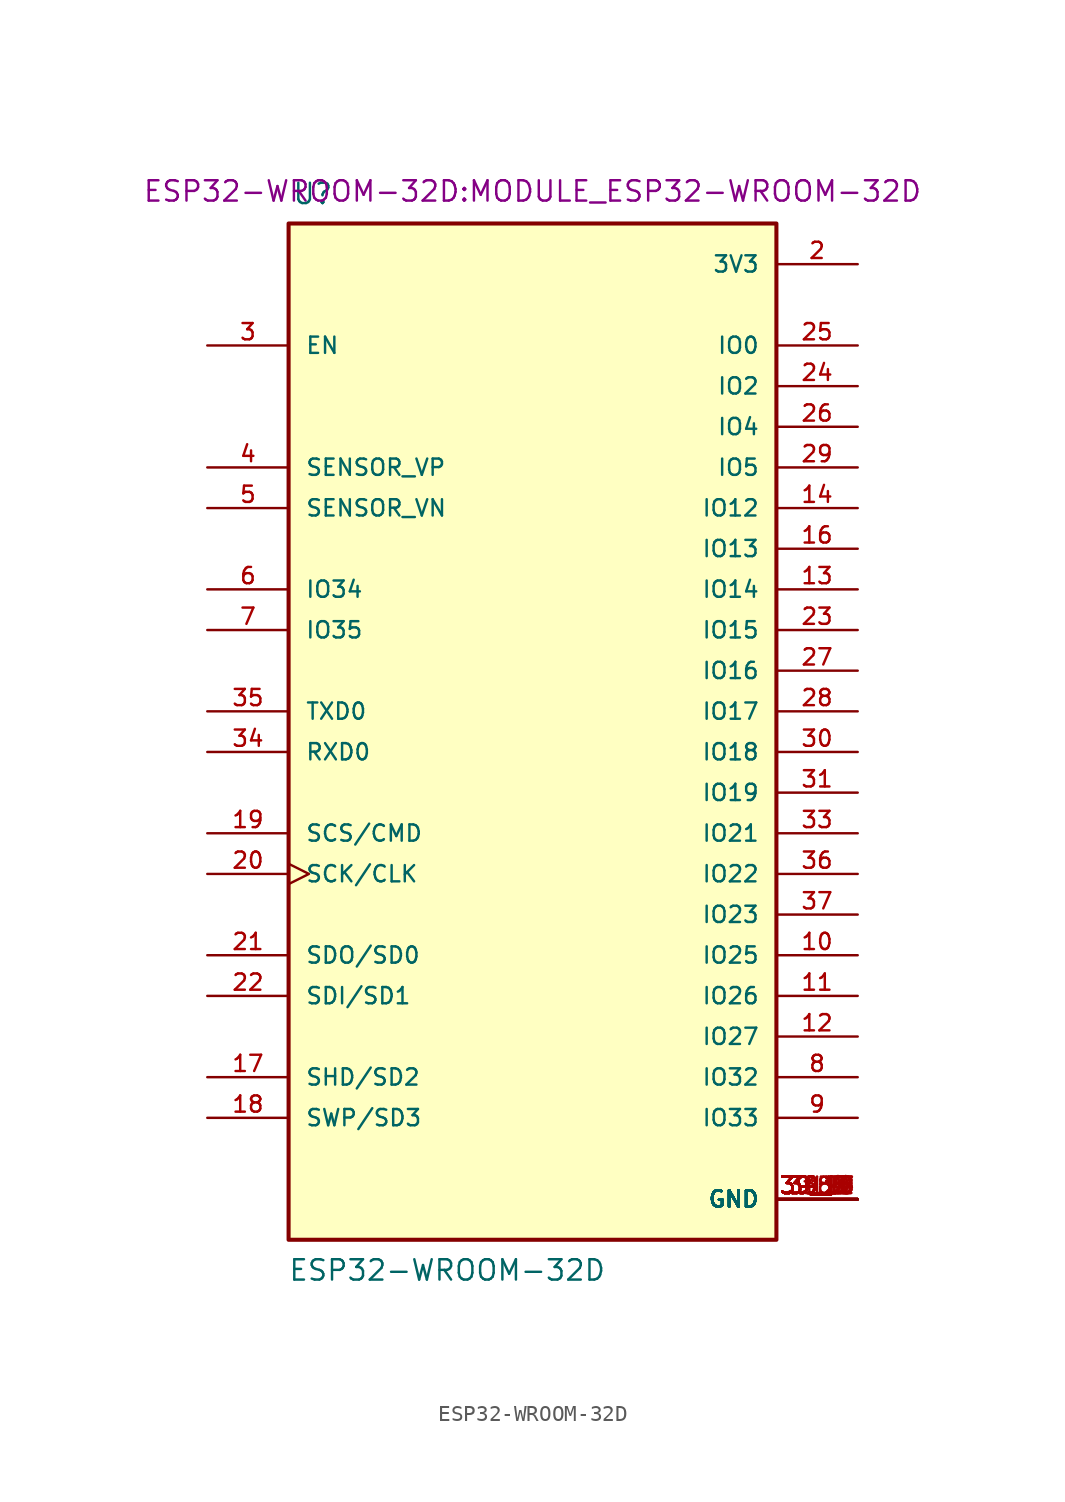
<source format=kicad_sym>
(kicad_symbol_lib
  (version 20211014)
  (generator kicad_symbol_editor)
  (symbol "ESP32-WROOM-32D"
    (pin_names
      (offset 1.016))
    (property "Reference" "U"
      (at -15.036 31.595 0)
      (effects (font (size 1.27 1.27)) (justify left bottom)))
    (property "Value" "ESP32-WROOM-32D"
      (at -15.287 -35.668 0)
      (effects (font (size 1.27 1.27)) (justify left bottom)))
    (property "Footprint" "ESP32-WROOM-32D:MODULE_ESP32-WROOM-32D"
      (at 0 31.75 0)
      (effects (font (size 1.27 1.27)) (justify bottom)))
    (symbol "ESP32-WROOM-32D_0_0"
      (rectangle (start -15.24 -33.02) (end 15.24 30.48) (stroke (width 0.254) (type default) (color 0 0 0 0)) (fill (type background)))
      (pin power_in line (at 20.32 -30.48 180) (length 5.08) (name "GND" (effects (font (size 1.016 1.016)))) (number "1" (effects (font (size 1.016 1.016)))))
      (pin bidirectional line (at 20.32 -15.24 180) (length 5.08) (name "IO25" (effects (font (size 1.016 1.016)))) (number "10" (effects (font (size 1.016 1.016)))))
      (pin bidirectional line (at 20.32 -17.78 180) (length 5.08) (name "IO26" (effects (font (size 1.016 1.016)))) (number "11" (effects (font (size 1.016 1.016)))))
      (pin bidirectional line (at 20.32 -20.32 180) (length 5.08) (name "IO27" (effects (font (size 1.016 1.016)))) (number "12" (effects (font (size 1.016 1.016)))))
      (pin bidirectional line (at 20.32 7.62 180) (length 5.08) (name "IO14" (effects (font (size 1.016 1.016)))) (number "13" (effects (font (size 1.016 1.016)))))
      (pin bidirectional line (at 20.32 12.7 180) (length 5.08) (name "IO12" (effects (font (size 1.016 1.016)))) (number "14" (effects (font (size 1.016 1.016)))))
      (pin power_in line (at 20.32 -30.48 180) (length 5.08) (name "GND" (effects (font (size 1.016 1.016)))) (number "15" (effects (font (size 1.016 1.016)))))
      (pin bidirectional line (at 20.32 10.16 180) (length 5.08) (name "IO13" (effects (font (size 1.016 1.016)))) (number "16" (effects (font (size 1.016 1.016)))))
      (pin bidirectional line (at -20.32 -22.86 0) (length 5.08) (name "SHD/SD2" (effects (font (size 1.016 1.016)))) (number "17" (effects (font (size 1.016 1.016)))))
      (pin bidirectional line (at -20.32 -25.4 0) (length 5.08) (name "SWP/SD3" (effects (font (size 1.016 1.016)))) (number "18" (effects (font (size 1.016 1.016)))))
      (pin bidirectional line (at -20.32 -7.62 0) (length 5.08) (name "SCS/CMD" (effects (font (size 1.016 1.016)))) (number "19" (effects (font (size 1.016 1.016)))))
      (pin power_in line (at 20.32 27.94 180) (length 5.08) (name "3V3" (effects (font (size 1.016 1.016)))) (number "2" (effects (font (size 1.016 1.016)))))
      (pin bidirectional clock (at -20.32 -10.16 0) (length 5.08) (name "SCK/CLK" (effects (font (size 1.016 1.016)))) (number "20" (effects (font (size 1.016 1.016)))))
      (pin bidirectional line (at -20.32 -15.24 0) (length 5.08) (name "SDO/SD0" (effects (font (size 1.016 1.016)))) (number "21" (effects (font (size 1.016 1.016)))))
      (pin bidirectional line (at -20.32 -17.78 0) (length 5.08) (name "SDI/SD1" (effects (font (size 1.016 1.016)))) (number "22" (effects (font (size 1.016 1.016)))))
      (pin bidirectional line (at 20.32 5.08 180) (length 5.08) (name "IO15" (effects (font (size 1.016 1.016)))) (number "23" (effects (font (size 1.016 1.016)))))
      (pin bidirectional line (at 20.32 20.32 180) (length 5.08) (name "IO2" (effects (font (size 1.016 1.016)))) (number "24" (effects (font (size 1.016 1.016)))))
      (pin bidirectional line (at 20.32 22.86 180) (length 5.08) (name "IO0" (effects (font (size 1.016 1.016)))) (number "25" (effects (font (size 1.016 1.016)))))
      (pin bidirectional line (at 20.32 17.78 180) (length 5.08) (name "IO4" (effects (font (size 1.016 1.016)))) (number "26" (effects (font (size 1.016 1.016)))))
      (pin bidirectional line (at 20.32 2.54 180) (length 5.08) (name "IO16" (effects (font (size 1.016 1.016)))) (number "27" (effects (font (size 1.016 1.016)))))
      (pin bidirectional line (at 20.32 0 180) (length 5.08) (name "IO17" (effects (font (size 1.016 1.016)))) (number "28" (effects (font (size 1.016 1.016)))))
      (pin bidirectional line (at 20.32 15.24 180) (length 5.08) (name "IO5" (effects (font (size 1.016 1.016)))) (number "29" (effects (font (size 1.016 1.016)))))
      (pin input line (at -20.32 22.86 0) (length 5.08) (name "EN" (effects (font (size 1.016 1.016)))) (number "3" (effects (font (size 1.016 1.016)))))
      (pin bidirectional line (at 20.32 -2.54 180) (length 5.08) (name "IO18" (effects (font (size 1.016 1.016)))) (number "30" (effects (font (size 1.016 1.016)))))
      (pin bidirectional line (at 20.32 -5.08 180) (length 5.08) (name "IO19" (effects (font (size 1.016 1.016)))) (number "31" (effects (font (size 1.016 1.016)))))
      (pin bidirectional line (at 20.32 -7.62 180) (length 5.08) (name "IO21" (effects (font (size 1.016 1.016)))) (number "33" (effects (font (size 1.016 1.016)))))
      (pin bidirectional line (at -20.32 -2.54 0) (length 5.08) (name "RXD0" (effects (font (size 1.016 1.016)))) (number "34" (effects (font (size 1.016 1.016)))))
      (pin bidirectional line (at -20.32 0 0) (length 5.08) (name "TXD0" (effects (font (size 1.016 1.016)))) (number "35" (effects (font (size 1.016 1.016)))))
      (pin bidirectional line (at 20.32 -10.16 180) (length 5.08) (name "IO22" (effects (font (size 1.016 1.016)))) (number "36" (effects (font (size 1.016 1.016)))))
      (pin bidirectional line (at 20.32 -12.7 180) (length 5.08) (name "IO23" (effects (font (size 1.016 1.016)))) (number "37" (effects (font (size 1.016 1.016)))))
      (pin power_in line (at 20.32 -30.48 180) (length 5.08) (name "GND" (effects (font (size 1.016 1.016)))) (number "38" (effects (font (size 1.016 1.016)))))
      (pin power_in line (at 20.32 -30.48 180) (length 5.08) (name "GND" (effects (font (size 1.016 1.016)))) (number "39_1" (effects (font (size 1.016 1.016)))))
      (pin power_in line (at 20.32 -30.48 180) (length 5.08) (name "GND" (effects (font (size 1.016 1.016)))) (number "39_10" (effects (font (size 1.016 1.016)))))
      (pin power_in line (at 20.32 -30.48 180) (length 5.08) (name "GND" (effects (font (size 1.016 1.016)))) (number "39_11" (effects (font (size 1.016 1.016)))))
      (pin power_in line (at 20.32 -30.48 180) (length 5.08) (name "GND" (effects (font (size 1.016 1.016)))) (number "39_12" (effects (font (size 1.016 1.016)))))
      (pin power_in line (at 20.32 -30.48 180) (length 5.08) (name "GND" (effects (font (size 1.016 1.016)))) (number "39_13" (effects (font (size 1.016 1.016)))))
      (pin power_in line (at 20.32 -30.48 180) (length 5.08) (name "GND" (effects (font (size 1.016 1.016)))) (number "39_14" (effects (font (size 1.016 1.016)))))
      (pin power_in line (at 20.32 -30.48 180) (length 5.08) (name "GND" (effects (font (size 1.016 1.016)))) (number "39_15" (effects (font (size 1.016 1.016)))))
      (pin power_in line (at 20.32 -30.48 180) (length 5.08) (name "GND" (effects (font (size 1.016 1.016)))) (number "39_16" (effects (font (size 1.016 1.016)))))
      (pin power_in line (at 20.32 -30.48 180) (length 5.08) (name "GND" (effects (font (size 1.016 1.016)))) (number "39_17" (effects (font (size 1.016 1.016)))))
      (pin power_in line (at 20.32 -30.48 180) (length 5.08) (name "GND" (effects (font (size 1.016 1.016)))) (number "39_18" (effects (font (size 1.016 1.016)))))
      (pin power_in line (at 20.32 -30.48 180) (length 5.08) (name "GND" (effects (font (size 1.016 1.016)))) (number "39_19" (effects (font (size 1.016 1.016)))))
      (pin power_in line (at 20.32 -30.48 180) (length 5.08) (name "GND" (effects (font (size 1.016 1.016)))) (number "39_2" (effects (font (size 1.016 1.016)))))
      (pin power_in line (at 20.32 -30.48 180) (length 5.08) (name "GND" (effects (font (size 1.016 1.016)))) (number "39_20" (effects (font (size 1.016 1.016)))))
      (pin power_in line (at 20.32 -30.48 180) (length 5.08) (name "GND" (effects (font (size 1.016 1.016)))) (number "39_21" (effects (font (size 1.016 1.016)))))
      (pin power_in line (at 20.32 -30.48 180) (length 5.08) (name "GND" (effects (font (size 1.016 1.016)))) (number "39_3" (effects (font (size 1.016 1.016)))))
      (pin power_in line (at 20.32 -30.48 180) (length 5.08) (name "GND" (effects (font (size 1.016 1.016)))) (number "39_4" (effects (font (size 1.016 1.016)))))
      (pin power_in line (at 20.32 -30.48 180) (length 5.08) (name "GND" (effects (font (size 1.016 1.016)))) (number "39_5" (effects (font (size 1.016 1.016)))))
      (pin power_in line (at 20.32 -30.48 180) (length 5.08) (name "GND" (effects (font (size 1.016 1.016)))) (number "39_6" (effects (font (size 1.016 1.016)))))
      (pin power_in line (at 20.32 -30.48 180) (length 5.08) (name "GND" (effects (font (size 1.016 1.016)))) (number "39_7" (effects (font (size 1.016 1.016)))))
      (pin power_in line (at 20.32 -30.48 180) (length 5.08) (name "GND" (effects (font (size 1.016 1.016)))) (number "39_8" (effects (font (size 1.016 1.016)))))
      (pin power_in line (at 20.32 -30.48 180) (length 5.08) (name "GND" (effects (font (size 1.016 1.016)))) (number "39_9" (effects (font (size 1.016 1.016)))))
      (pin input line (at -20.32 15.24 0) (length 5.08) (name "SENSOR_VP" (effects (font (size 1.016 1.016)))) (number "4" (effects (font (size 1.016 1.016)))))
      (pin input line (at -20.32 12.7 0) (length 5.08) (name "SENSOR_VN" (effects (font (size 1.016 1.016)))) (number "5" (effects (font (size 1.016 1.016)))))
      (pin input line (at -20.32 7.62 0) (length 5.08) (name "IO34" (effects (font (size 1.016 1.016)))) (number "6" (effects (font (size 1.016 1.016)))))
      (pin input line (at -20.32 5.08 0) (length 5.08) (name "IO35" (effects (font (size 1.016 1.016)))) (number "7" (effects (font (size 1.016 1.016)))))
      (pin bidirectional line (at 20.32 -22.86 180) (length 5.08) (name "IO32" (effects (font (size 1.016 1.016)))) (number "8" (effects (font (size 1.016 1.016)))))
      (pin bidirectional line (at 20.32 -25.4 180) (length 5.08) (name "IO33" (effects (font (size 1.016 1.016)))) (number "9" (effects (font (size 1.016 1.016))))))))
</source>
